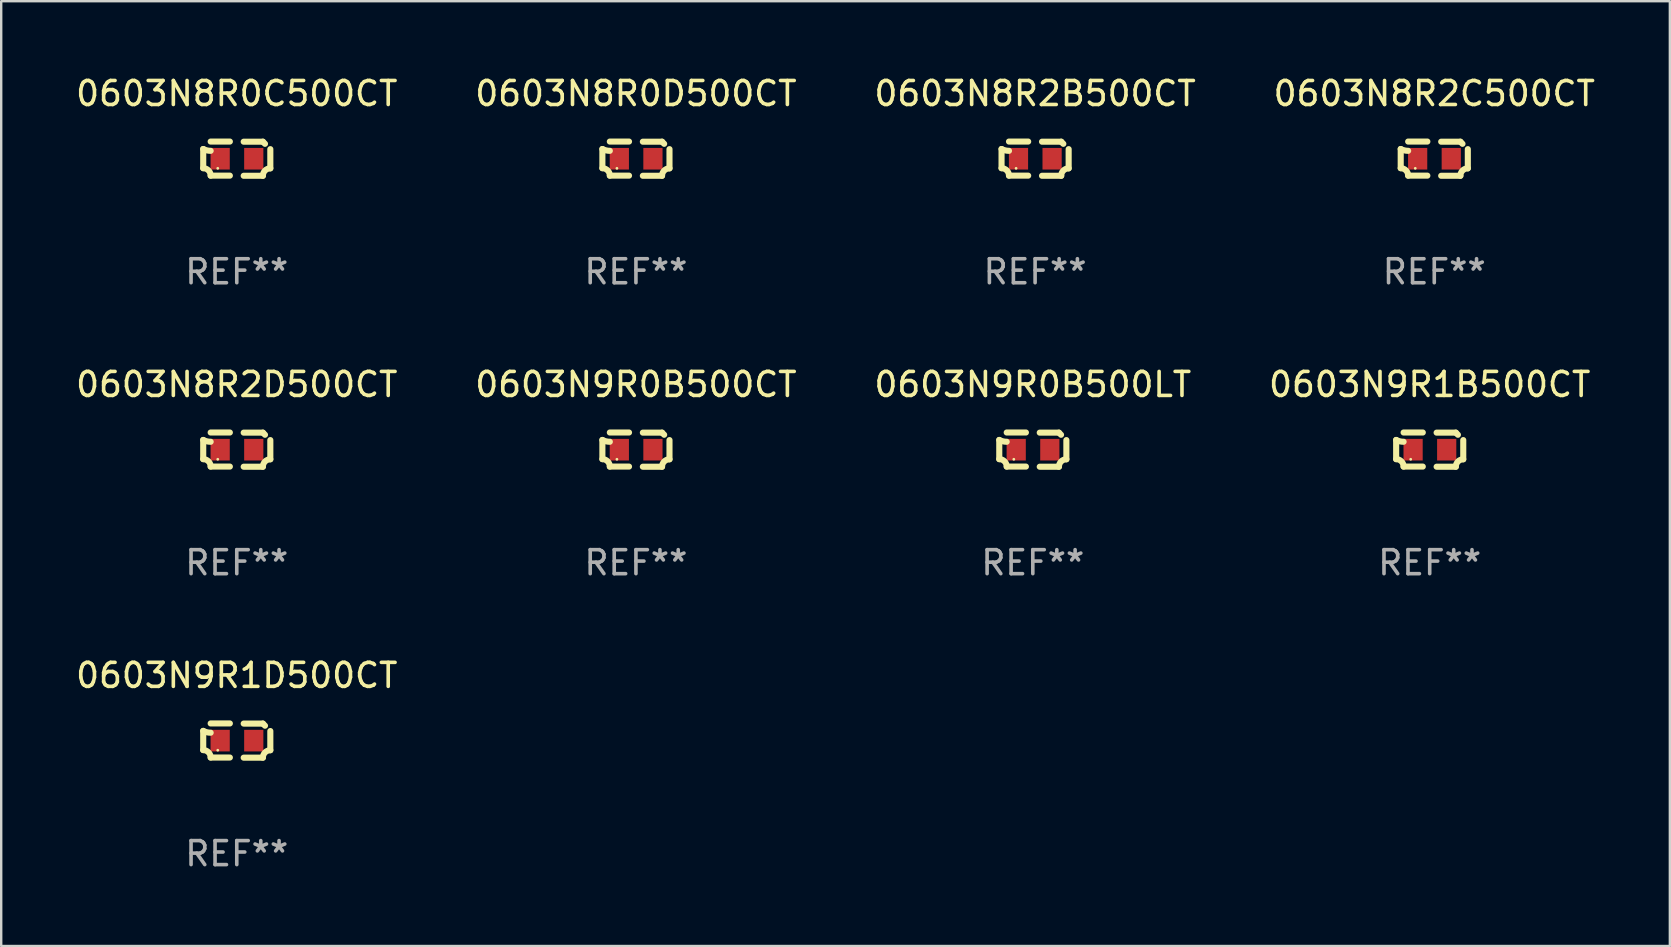
<source format=kicad_pcb>
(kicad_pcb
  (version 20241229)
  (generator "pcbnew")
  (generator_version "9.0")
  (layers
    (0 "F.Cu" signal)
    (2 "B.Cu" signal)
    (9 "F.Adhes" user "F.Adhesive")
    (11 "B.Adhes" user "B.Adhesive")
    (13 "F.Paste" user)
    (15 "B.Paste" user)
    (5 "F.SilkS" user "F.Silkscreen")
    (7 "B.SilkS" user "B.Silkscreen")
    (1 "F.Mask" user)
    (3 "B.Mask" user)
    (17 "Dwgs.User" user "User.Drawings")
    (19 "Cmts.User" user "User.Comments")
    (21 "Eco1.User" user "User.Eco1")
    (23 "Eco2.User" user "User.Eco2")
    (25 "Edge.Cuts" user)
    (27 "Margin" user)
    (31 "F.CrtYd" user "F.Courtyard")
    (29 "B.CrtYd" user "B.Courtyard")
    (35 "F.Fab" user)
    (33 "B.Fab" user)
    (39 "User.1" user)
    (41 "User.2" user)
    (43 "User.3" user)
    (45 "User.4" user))
  (footprint "0603N8R2C500CT"
    (layer "F.Cu")
    (at 56.708 3.561)
    (property "Reference" "0603N8R2C500CT" (at 0 -2.713 0) (layer "F.SilkS") (effects (font (size 1 1) (thickness 0.15))))
    (attr through_hole)
    (fp_line (start -1.398 -0.403) (end -1.398 0.397) (stroke (width 0.254) (type solid)) (layer "F.SilkS"))
    (fp_line (start -0.288 -0.713) (end -1.088 -0.713) (stroke (width 0.254) (type solid)) (layer "F.SilkS"))
    (fp_line (start -0.288 0.707) (end -1.088 0.707) (stroke (width 0.254) (type solid)) (layer "F.SilkS"))
    (fp_line (start 0.288 -0.707) (end 1.088 -0.707) (stroke (width 0.254) (type solid)) (layer "F.SilkS"))
    (fp_line (start 0.288 0.713) (end 1.088 0.713) (stroke (width 0.254) (type solid)) (layer "F.SilkS"))
    (fp_line (start 1.398 -0.397) (end 1.398 0.403) (stroke (width 0.254) (type solid)) (layer "F.SilkS"))
    (fp_arc (start -1.397789 0.397066) (mid -1.178701 0.487826) (end -1.08796 0.706922) (stroke (width 0.254001) (type solid)) (layer "F.SilkS"))
    (fp_arc (start -1.08796 -0.327176) (mid -1.247436 -0.346384) (end -1.39779 -0.402908) (stroke (width 0.254001) (type solid)) (layer "F.SilkS"))
    (fp_arc (start 1.087909 0.712738) (mid 1.178656 0.493655) (end 1.397739 0.402908) (stroke (width 0.254001) (type solid)) (layer "F.SilkS"))
    (fp_arc (start 1.175925 -0.618926) (mid 1.131917 -0.662923) (end 1.08791 -0.706922) (stroke (width 0.254001) (type solid)) (layer "F.SilkS"))
    (fp_circle (center -0.792 0.403) (end -0.762 0.403) (stroke (width 0.06) (type solid)) (fill no) (layer "F.SilkS"))
    (fp_text user "REF**" (at 0 4.713 0) (layer "F.Fab") (effects (font (size 1 1) (thickness 0.15))))
    (pad "1" smd rect (at -0.692 0.003) (size 0.8 0.9) (layers "F.Cu" "F.Mask" "F.Paste"))
    (pad "2" smd rect (at 0.708 0.003) (size 0.8 0.9) (layers "F.Cu" "F.Mask" "F.Paste")))
  (footprint "0603N9R1D500CT"
    (layer "F.Cu")
    (at 6.815 27.805)
    (property "Reference" "0603N9R1D500CT" (at 0 -2.713 0) (layer "F.SilkS") (effects (font (size 1 1) (thickness 0.15))))
    (attr through_hole)
    (fp_line (start -1.398 -0.403) (end -1.398 0.397) (stroke (width 0.254) (type solid)) (layer "F.SilkS"))
    (fp_line (start -0.288 -0.713) (end -1.088 -0.713) (stroke (width 0.254) (type solid)) (layer "F.SilkS"))
    (fp_line (start -0.288 0.707) (end -1.088 0.707) (stroke (width 0.254) (type solid)) (layer "F.SilkS"))
    (fp_line (start 0.288 -0.707) (end 1.088 -0.707) (stroke (width 0.254) (type solid)) (layer "F.SilkS"))
    (fp_line (start 0.288 0.713) (end 1.088 0.713) (stroke (width 0.254) (type solid)) (layer "F.SilkS"))
    (fp_line (start 1.398 -0.397) (end 1.398 0.403) (stroke (width 0.254) (type solid)) (layer "F.SilkS"))
    (fp_arc (start -1.397789 0.397066) (mid -1.178701 0.487826) (end -1.08796 0.706922) (stroke (width 0.254001) (type solid)) (layer "F.SilkS"))
    (fp_arc (start -1.08796 -0.327176) (mid -1.247436 -0.346384) (end -1.39779 -0.402908) (stroke (width 0.254001) (type solid)) (layer "F.SilkS"))
    (fp_arc (start 1.087909 0.712738) (mid 1.178656 0.493655) (end 1.397739 0.402908) (stroke (width 0.254001) (type solid)) (layer "F.SilkS"))
    (fp_arc (start 1.175925 -0.618926) (mid 1.131917 -0.662923) (end 1.08791 -0.706922) (stroke (width 0.254001) (type solid)) (layer "F.SilkS"))
    (fp_circle (center -0.792 0.403) (end -0.762 0.403) (stroke (width 0.06) (type solid)) (fill no) (layer "F.SilkS"))
    (fp_text user "REF**" (at 0 4.713 0) (layer "F.Fab") (effects (font (size 1 1) (thickness 0.15))))
    (pad "1" smd rect (at -0.692 0.003) (size 0.8 0.9) (layers "F.Cu" "F.Mask" "F.Paste"))
    (pad "2" smd rect (at 0.708 0.003) (size 0.8 0.9) (layers "F.Cu" "F.Mask" "F.Paste")))
  (footprint "0603N9R0B500CT"
    (layer "F.Cu")
    (at 23.446 15.683)
    (property "Reference" "0603N9R0B500CT" (at 0 -2.713 0) (layer "F.SilkS") (effects (font (size 1 1) (thickness 0.15))))
    (attr through_hole)
    (fp_line (start -1.398 -0.403) (end -1.398 0.397) (stroke (width 0.254) (type solid)) (layer "F.SilkS"))
    (fp_line (start -0.288 -0.713) (end -1.088 -0.713) (stroke (width 0.254) (type solid)) (layer "F.SilkS"))
    (fp_line (start -0.288 0.707) (end -1.088 0.707) (stroke (width 0.254) (type solid)) (layer "F.SilkS"))
    (fp_line (start 0.288 -0.707) (end 1.088 -0.707) (stroke (width 0.254) (type solid)) (layer "F.SilkS"))
    (fp_line (start 0.288 0.713) (end 1.088 0.713) (stroke (width 0.254) (type solid)) (layer "F.SilkS"))
    (fp_line (start 1.398 -0.397) (end 1.398 0.403) (stroke (width 0.254) (type solid)) (layer "F.SilkS"))
    (fp_arc (start -1.397789 0.397066) (mid -1.178701 0.487826) (end -1.08796 0.706922) (stroke (width 0.254001) (type solid)) (layer "F.SilkS"))
    (fp_arc (start -1.08796 -0.327176) (mid -1.247436 -0.346384) (end -1.39779 -0.402908) (stroke (width 0.254001) (type solid)) (layer "F.SilkS"))
    (fp_arc (start 1.087909 0.712738) (mid 1.178656 0.493655) (end 1.397739 0.402908) (stroke (width 0.254001) (type solid)) (layer "F.SilkS"))
    (fp_arc (start 1.175925 -0.618926) (mid 1.131917 -0.662923) (end 1.08791 -0.706922) (stroke (width 0.254001) (type solid)) (layer "F.SilkS"))
    (fp_circle (center -0.792 0.403) (end -0.762 0.403) (stroke (width 0.06) (type solid)) (fill no) (layer "F.SilkS"))
    (fp_text user "REF**" (at 0 4.713 0) (layer "F.Fab") (effects (font (size 1 1) (thickness 0.15))))
    (pad "1" smd rect (at -0.692 0.003) (size 0.8 0.9) (layers "F.Cu" "F.Mask" "F.Paste"))
    (pad "2" smd rect (at 0.708 0.003) (size 0.8 0.9) (layers "F.Cu" "F.Mask" "F.Paste")))
  (footprint "0603N8R2D500CT"
    (layer "F.Cu")
    (at 6.815 15.683)
    (property "Reference" "0603N8R2D500CT" (at 0 -2.713 0) (layer "F.SilkS") (effects (font (size 1 1) (thickness 0.15))))
    (attr through_hole)
    (fp_line (start -1.398 -0.403) (end -1.398 0.397) (stroke (width 0.254) (type solid)) (layer "F.SilkS"))
    (fp_line (start -0.288 -0.713) (end -1.088 -0.713) (stroke (width 0.254) (type solid)) (layer "F.SilkS"))
    (fp_line (start -0.288 0.707) (end -1.088 0.707) (stroke (width 0.254) (type solid)) (layer "F.SilkS"))
    (fp_line (start 0.288 -0.707) (end 1.088 -0.707) (stroke (width 0.254) (type solid)) (layer "F.SilkS"))
    (fp_line (start 0.288 0.713) (end 1.088 0.713) (stroke (width 0.254) (type solid)) (layer "F.SilkS"))
    (fp_line (start 1.398 -0.397) (end 1.398 0.403) (stroke (width 0.254) (type solid)) (layer "F.SilkS"))
    (fp_arc (start -1.397789 0.397066) (mid -1.178701 0.487826) (end -1.08796 0.706922) (stroke (width 0.254001) (type solid)) (layer "F.SilkS"))
    (fp_arc (start -1.08796 -0.327176) (mid -1.247436 -0.346384) (end -1.39779 -0.402908) (stroke (width 0.254001) (type solid)) (layer "F.SilkS"))
    (fp_arc (start 1.087909 0.712738) (mid 1.178656 0.493655) (end 1.397739 0.402908) (stroke (width 0.254001) (type solid)) (layer "F.SilkS"))
    (fp_arc (start 1.175925 -0.618926) (mid 1.131917 -0.662923) (end 1.08791 -0.706922) (stroke (width 0.254001) (type solid)) (layer "F.SilkS"))
    (fp_circle (center -0.792 0.403) (end -0.762 0.403) (stroke (width 0.06) (type solid)) (fill no) (layer "F.SilkS"))
    (fp_text user "REF**" (at 0 4.713 0) (layer "F.Fab") (effects (font (size 1 1) (thickness 0.15))))
    (pad "1" smd rect (at -0.692 0.003) (size 0.8 0.9) (layers "F.Cu" "F.Mask" "F.Paste"))
    (pad "2" smd rect (at 0.708 0.003) (size 0.8 0.9) (layers "F.Cu" "F.Mask" "F.Paste")))
  (footprint "0603N9R1B500CT"
    (layer "F.Cu")
    (at 56.518 15.683)
    (property "Reference" "0603N9R1B500CT" (at 0 -2.713 0) (layer "F.SilkS") (effects (font (size 1 1) (thickness 0.15))))
    (attr through_hole)
    (fp_line (start -1.398 -0.403) (end -1.398 0.397) (stroke (width 0.254) (type solid)) (layer "F.SilkS"))
    (fp_line (start -0.288 -0.713) (end -1.088 -0.713) (stroke (width 0.254) (type solid)) (layer "F.SilkS"))
    (fp_line (start -0.288 0.707) (end -1.088 0.707) (stroke (width 0.254) (type solid)) (layer "F.SilkS"))
    (fp_line (start 0.288 -0.707) (end 1.088 -0.707) (stroke (width 0.254) (type solid)) (layer "F.SilkS"))
    (fp_line (start 0.288 0.713) (end 1.088 0.713) (stroke (width 0.254) (type solid)) (layer "F.SilkS"))
    (fp_line (start 1.398 -0.397) (end 1.398 0.403) (stroke (width 0.254) (type solid)) (layer "F.SilkS"))
    (fp_arc (start -1.397789 0.397066) (mid -1.178701 0.487826) (end -1.08796 0.706922) (stroke (width 0.254001) (type solid)) (layer "F.SilkS"))
    (fp_arc (start -1.08796 -0.327176) (mid -1.247436 -0.346384) (end -1.39779 -0.402908) (stroke (width 0.254001) (type solid)) (layer "F.SilkS"))
    (fp_arc (start 1.087909 0.712738) (mid 1.178656 0.493655) (end 1.397739 0.402908) (stroke (width 0.254001) (type solid)) (layer "F.SilkS"))
    (fp_arc (start 1.175925 -0.618926) (mid 1.131917 -0.662923) (end 1.08791 -0.706922) (stroke (width 0.254001) (type solid)) (layer "F.SilkS"))
    (fp_circle (center -0.792 0.403) (end -0.762 0.403) (stroke (width 0.06) (type solid)) (fill no) (layer "F.SilkS"))
    (fp_text user "REF**" (at 0 4.713 0) (layer "F.Fab") (effects (font (size 1 1) (thickness 0.15))))
    (pad "1" smd rect (at -0.692 0.003) (size 0.8 0.9) (layers "F.Cu" "F.Mask" "F.Paste"))
    (pad "2" smd rect (at 0.708 0.003) (size 0.8 0.9) (layers "F.Cu" "F.Mask" "F.Paste")))
  (footprint "0603N9R0B500LT"
    (layer "F.Cu")
    (at 39.982 15.683)
    (property "Reference" "0603N9R0B500LT" (at 0 -2.713 0) (layer "F.SilkS") (effects (font (size 1 1) (thickness 0.15))))
    (attr through_hole)
    (fp_line (start -1.398 -0.403) (end -1.398 0.397) (stroke (width 0.254) (type solid)) (layer "F.SilkS"))
    (fp_line (start -0.288 -0.713) (end -1.088 -0.713) (stroke (width 0.254) (type solid)) (layer "F.SilkS"))
    (fp_line (start -0.288 0.707) (end -1.088 0.707) (stroke (width 0.254) (type solid)) (layer "F.SilkS"))
    (fp_line (start 0.288 -0.707) (end 1.088 -0.707) (stroke (width 0.254) (type solid)) (layer "F.SilkS"))
    (fp_line (start 0.288 0.713) (end 1.088 0.713) (stroke (width 0.254) (type solid)) (layer "F.SilkS"))
    (fp_line (start 1.398 -0.397) (end 1.398 0.403) (stroke (width 0.254) (type solid)) (layer "F.SilkS"))
    (fp_arc (start -1.397789 0.397066) (mid -1.178701 0.487826) (end -1.08796 0.706922) (stroke (width 0.254001) (type solid)) (layer "F.SilkS"))
    (fp_arc (start -1.08796 -0.327176) (mid -1.247436 -0.346384) (end -1.39779 -0.402908) (stroke (width 0.254001) (type solid)) (layer "F.SilkS"))
    (fp_arc (start 1.087909 0.712738) (mid 1.178656 0.493655) (end 1.397739 0.402908) (stroke (width 0.254001) (type solid)) (layer "F.SilkS"))
    (fp_arc (start 1.175925 -0.618926) (mid 1.131917 -0.662923) (end 1.08791 -0.706922) (stroke (width 0.254001) (type solid)) (layer "F.SilkS"))
    (fp_circle (center -0.792 0.403) (end -0.762 0.403) (stroke (width 0.06) (type solid)) (fill no) (layer "F.SilkS"))
    (fp_text user "REF**" (at 0 4.713 0) (layer "F.Fab") (effects (font (size 1 1) (thickness 0.15))))
    (pad "1" smd rect (at -0.692 0.003) (size 0.8 0.9) (layers "F.Cu" "F.Mask" "F.Paste"))
    (pad "2" smd rect (at 0.708 0.003) (size 0.8 0.9) (layers "F.Cu" "F.Mask" "F.Paste")))
  (footprint "0603N8R0C500CT"
    (layer "F.Cu")
    (at 6.815 3.561)
    (property "Reference" "0603N8R0C500CT" (at 0 -2.713 0) (layer "F.SilkS") (effects (font (size 1 1) (thickness 0.15))))
    (attr through_hole)
    (fp_line (start -1.398 -0.403) (end -1.398 0.397) (stroke (width 0.254) (type solid)) (layer "F.SilkS"))
    (fp_line (start -0.288 -0.713) (end -1.088 -0.713) (stroke (width 0.254) (type solid)) (layer "F.SilkS"))
    (fp_line (start -0.288 0.707) (end -1.088 0.707) (stroke (width 0.254) (type solid)) (layer "F.SilkS"))
    (fp_line (start 0.288 -0.707) (end 1.088 -0.707) (stroke (width 0.254) (type solid)) (layer "F.SilkS"))
    (fp_line (start 0.288 0.713) (end 1.088 0.713) (stroke (width 0.254) (type solid)) (layer "F.SilkS"))
    (fp_line (start 1.398 -0.397) (end 1.398 0.403) (stroke (width 0.254) (type solid)) (layer "F.SilkS"))
    (fp_arc (start -1.397789 0.397066) (mid -1.178701 0.487826) (end -1.08796 0.706922) (stroke (width 0.254001) (type solid)) (layer "F.SilkS"))
    (fp_arc (start -1.08796 -0.327176) (mid -1.247436 -0.346384) (end -1.39779 -0.402908) (stroke (width 0.254001) (type solid)) (layer "F.SilkS"))
    (fp_arc (start 1.087909 0.712738) (mid 1.178656 0.493655) (end 1.397739 0.402908) (stroke (width 0.254001) (type solid)) (layer "F.SilkS"))
    (fp_arc (start 1.175925 -0.618926) (mid 1.131917 -0.662923) (end 1.08791 -0.706922) (stroke (width 0.254001) (type solid)) (layer "F.SilkS"))
    (fp_circle (center -0.792 0.403) (end -0.762 0.403) (stroke (width 0.06) (type solid)) (fill no) (layer "F.SilkS"))
    (fp_text user "REF**" (at 0 4.713 0) (layer "F.Fab") (effects (font (size 1 1) (thickness 0.15))))
    (pad "1" smd rect (at -0.692 0.003) (size 0.8 0.9) (layers "F.Cu" "F.Mask" "F.Paste"))
    (pad "2" smd rect (at 0.708 0.003) (size 0.8 0.9) (layers "F.Cu" "F.Mask" "F.Paste")))
  (footprint "0603N8R2B500CT"
    (layer "F.Cu")
    (at 40.077 3.561)
    (property "Reference" "0603N8R2B500CT" (at 0 -2.713 0) (layer "F.SilkS") (effects (font (size 1 1) (thickness 0.15))))
    (attr through_hole)
    (fp_line (start -1.398 -0.403) (end -1.398 0.397) (stroke (width 0.254) (type solid)) (layer "F.SilkS"))
    (fp_line (start -0.288 -0.713) (end -1.088 -0.713) (stroke (width 0.254) (type solid)) (layer "F.SilkS"))
    (fp_line (start -0.288 0.707) (end -1.088 0.707) (stroke (width 0.254) (type solid)) (layer "F.SilkS"))
    (fp_line (start 0.288 -0.707) (end 1.088 -0.707) (stroke (width 0.254) (type solid)) (layer "F.SilkS"))
    (fp_line (start 0.288 0.713) (end 1.088 0.713) (stroke (width 0.254) (type solid)) (layer "F.SilkS"))
    (fp_line (start 1.398 -0.397) (end 1.398 0.403) (stroke (width 0.254) (type solid)) (layer "F.SilkS"))
    (fp_arc (start -1.397789 0.397066) (mid -1.178701 0.487826) (end -1.08796 0.706922) (stroke (width 0.254001) (type solid)) (layer "F.SilkS"))
    (fp_arc (start -1.08796 -0.327176) (mid -1.247436 -0.346384) (end -1.39779 -0.402908) (stroke (width 0.254001) (type solid)) (layer "F.SilkS"))
    (fp_arc (start 1.087909 0.712738) (mid 1.178656 0.493655) (end 1.397739 0.402908) (stroke (width 0.254001) (type solid)) (layer "F.SilkS"))
    (fp_arc (start 1.175925 -0.618926) (mid 1.131917 -0.662923) (end 1.08791 -0.706922) (stroke (width 0.254001) (type solid)) (layer "F.SilkS"))
    (fp_circle (center -0.792 0.403) (end -0.762 0.403) (stroke (width 0.06) (type solid)) (fill no) (layer "F.SilkS"))
    (fp_text user "REF**" (at 0 4.713 0) (layer "F.Fab") (effects (font (size 1 1) (thickness 0.15))))
    (pad "1" smd rect (at -0.692 0.003) (size 0.8 0.9) (layers "F.Cu" "F.Mask" "F.Paste"))
    (pad "2" smd rect (at 0.708 0.003) (size 0.8 0.9) (layers "F.Cu" "F.Mask" "F.Paste")))
  (footprint "0603N8R0D500CT"
    (layer "F.Cu")
    (at 23.446 3.561)
    (property "Reference" "0603N8R0D500CT" (at 0 -2.713 0) (layer "F.SilkS") (effects (font (size 1 1) (thickness 0.15))))
    (attr through_hole)
    (fp_line (start -1.398 -0.403) (end -1.398 0.397) (stroke (width 0.254) (type solid)) (layer "F.SilkS"))
    (fp_line (start -0.288 -0.713) (end -1.088 -0.713) (stroke (width 0.254) (type solid)) (layer "F.SilkS"))
    (fp_line (start -0.288 0.707) (end -1.088 0.707) (stroke (width 0.254) (type solid)) (layer "F.SilkS"))
    (fp_line (start 0.288 -0.707) (end 1.088 -0.707) (stroke (width 0.254) (type solid)) (layer "F.SilkS"))
    (fp_line (start 0.288 0.713) (end 1.088 0.713) (stroke (width 0.254) (type solid)) (layer "F.SilkS"))
    (fp_line (start 1.398 -0.397) (end 1.398 0.403) (stroke (width 0.254) (type solid)) (layer "F.SilkS"))
    (fp_arc (start -1.397789 0.397066) (mid -1.178701 0.487826) (end -1.08796 0.706922) (stroke (width 0.254001) (type solid)) (layer "F.SilkS"))
    (fp_arc (start -1.08796 -0.327176) (mid -1.247436 -0.346384) (end -1.39779 -0.402908) (stroke (width 0.254001) (type solid)) (layer "F.SilkS"))
    (fp_arc (start 1.087909 0.712738) (mid 1.178656 0.493655) (end 1.397739 0.402908) (stroke (width 0.254001) (type solid)) (layer "F.SilkS"))
    (fp_arc (start 1.175925 -0.618926) (mid 1.131917 -0.662923) (end 1.08791 -0.706922) (stroke (width 0.254001) (type solid)) (layer "F.SilkS"))
    (fp_circle (center -0.792 0.403) (end -0.762 0.403) (stroke (width 0.06) (type solid)) (fill no) (layer "F.SilkS"))
    (fp_text user "REF**" (at 0 4.713 0) (layer "F.Fab") (effects (font (size 1 1) (thickness 0.15))))
    (pad "1" smd rect (at -0.692 0.003) (size 0.8 0.9) (layers "F.Cu" "F.Mask" "F.Paste"))
    (pad "2" smd rect (at 0.708 0.003) (size 0.8 0.9) (layers "F.Cu" "F.Mask" "F.Paste")))
  (gr_rect
    (start -3 -3)
    (end 66.524 36.366)
    (stroke (width 0.1) (type default))
    (fill no)
    (layer "Edge.Cuts")))
</source>
